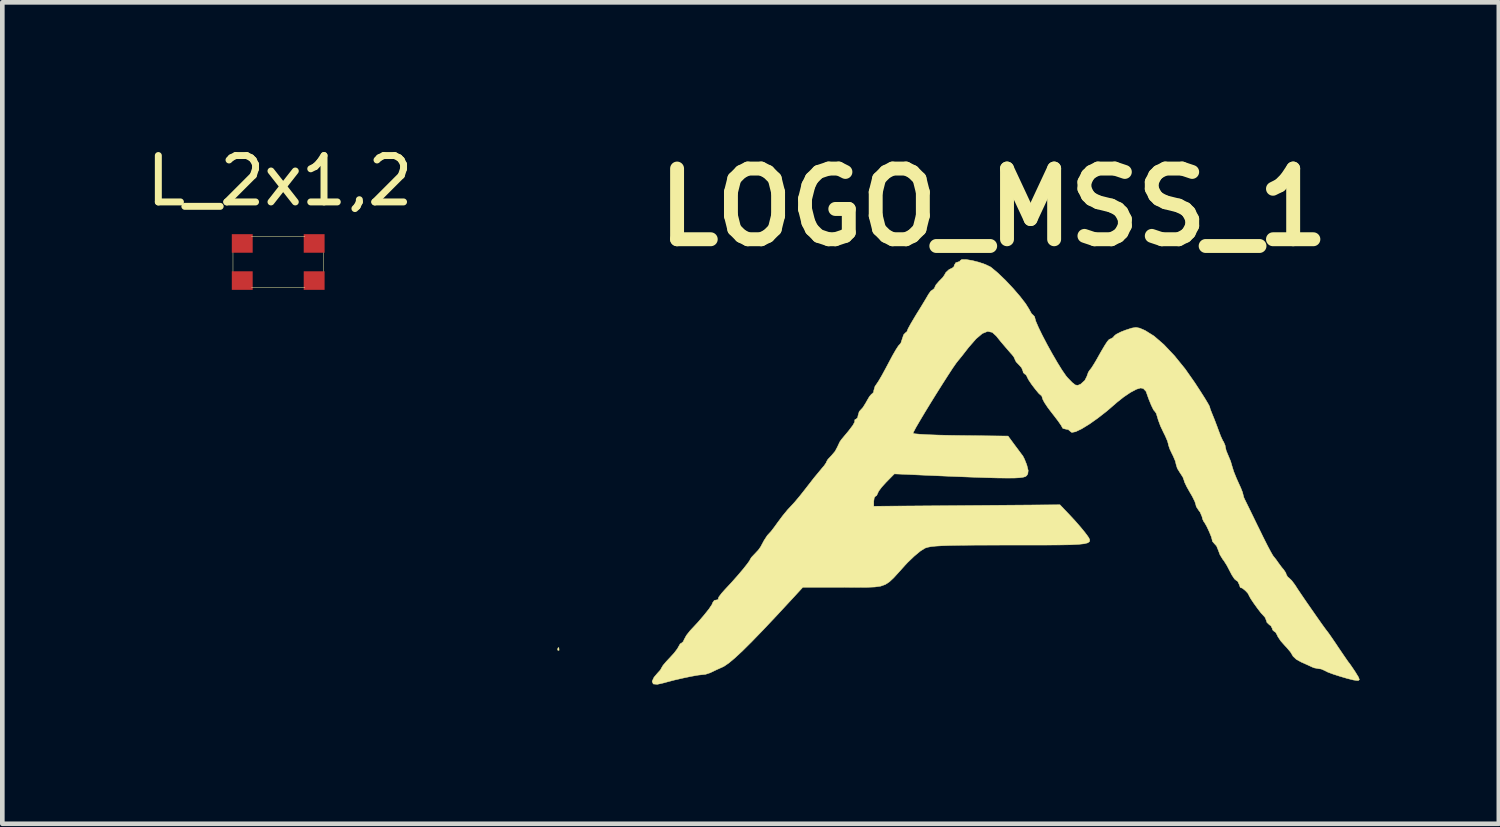
<source format=kicad_pcb>
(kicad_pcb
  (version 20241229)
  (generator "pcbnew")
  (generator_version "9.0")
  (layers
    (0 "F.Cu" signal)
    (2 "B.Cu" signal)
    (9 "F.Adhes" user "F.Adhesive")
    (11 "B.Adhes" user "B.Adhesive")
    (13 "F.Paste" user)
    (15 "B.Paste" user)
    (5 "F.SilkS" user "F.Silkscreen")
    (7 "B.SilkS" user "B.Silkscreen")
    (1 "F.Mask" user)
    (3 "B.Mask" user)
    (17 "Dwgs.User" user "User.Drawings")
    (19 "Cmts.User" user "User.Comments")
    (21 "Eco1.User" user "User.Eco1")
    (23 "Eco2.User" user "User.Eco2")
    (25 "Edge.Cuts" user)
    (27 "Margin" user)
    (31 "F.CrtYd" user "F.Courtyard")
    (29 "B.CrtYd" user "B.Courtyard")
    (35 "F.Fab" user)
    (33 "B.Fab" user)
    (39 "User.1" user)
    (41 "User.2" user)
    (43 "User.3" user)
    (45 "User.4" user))
  (footprint "LOGO_MSS_1"
    (layer "F.Cu")
    (at 18.367 8.403)
    (property "Reference" "LOGO_MSS_1" (at 0 -6.985 0) (layer "F.SilkS") (effects (font (size 1.524 1.524) (thickness 0.3))))
    (attr through_hole)
    (fp_poly (pts (xy -9.37 2.512) (xy -9.365 2.562) (xy -9.37 2.568) (xy -9.395 2.562) (xy -9.398 2.54) (xy -9.383 2.505) (xy -9.37 2.512)) (stroke (width 0.01) (type solid)) (fill yes) (layer "F.SilkS"))
    (fp_poly (pts (xy -0.59 -5.858) (xy -0.46 -5.837) (xy -0.315 -5.8) (xy -0.178 -5.753) (xy -0.069 -5.701) (xy -0.046 -5.685) (xy 0.096 -5.566) (xy 0.258 -5.41) (xy 0.422 -5.236) (xy 0.572 -5.062) (xy 0.693 -4.905) (xy 0.768 -4.785) (xy 0.772 -4.776) (xy 0.819 -4.692) (xy 0.857 -4.657) (xy 0.857 -4.657) (xy 0.887 -4.623) (xy 0.889 -4.607) (xy 0.91 -4.53) (xy 0.967 -4.398) (xy 1.05 -4.227) (xy 1.152 -4.032) (xy 1.263 -3.831) (xy 1.374 -3.64) (xy 1.476 -3.475) (xy 1.561 -3.352) (xy 1.597 -3.309) (xy 1.698 -3.205) (xy 1.764 -3.154) (xy 1.817 -3.147) (xy 1.878 -3.172) (xy 1.879 -3.173) (xy 1.968 -3.254) (xy 2.011 -3.339) (xy 2.043 -3.429) (xy 2.071 -3.471) (xy 2.109 -3.518) (xy 2.17 -3.614) (xy 2.211 -3.683) (xy 2.321 -3.878) (xy 2.399 -4.01) (xy 2.452 -4.091) (xy 2.489 -4.133) (xy 2.517 -4.148) (xy 2.525 -4.148) (xy 2.582 -4.182) (xy 2.594 -4.204) (xy 2.643 -4.246) (xy 2.748 -4.299) (xy 2.848 -4.338) (xy 2.981 -4.381) (xy 3.07 -4.395) (xy 3.149 -4.38) (xy 3.253 -4.335) (xy 3.269 -4.328) (xy 3.459 -4.209) (xy 3.672 -4.025) (xy 3.899 -3.785) (xy 4.129 -3.502) (xy 4.338 -3.204) (xy 4.454 -3.026) (xy 4.552 -2.872) (xy 4.621 -2.757) (xy 4.655 -2.695) (xy 4.657 -2.689) (xy 4.672 -2.633) (xy 4.71 -2.537) (xy 4.715 -2.525) (xy 4.764 -2.404) (xy 4.822 -2.251) (xy 4.848 -2.18) (xy 4.896 -2.053) (xy 4.94 -1.957) (xy 4.959 -1.928) (xy 4.992 -1.852) (xy 4.996 -1.822) (xy 5.015 -1.739) (xy 5.055 -1.643) (xy 5.11 -1.512) (xy 5.142 -1.402) (xy 5.177 -1.289) (xy 5.236 -1.143) (xy 5.273 -1.06) (xy 5.33 -0.935) (xy 5.368 -0.839) (xy 5.376 -0.804) (xy 5.394 -0.733) (xy 5.415 -0.687) (xy 5.446 -0.624) (xy 5.507 -0.5) (xy 5.589 -0.332) (xy 5.684 -0.136) (xy 5.72 -0.064) (xy 5.818 0.137) (xy 5.906 0.311) (xy 5.977 0.445) (xy 6.022 0.523) (xy 6.031 0.535) (xy 6.088 0.606) (xy 6.138 0.677) (xy 6.207 0.771) (xy 6.255 0.828) (xy 6.301 0.897) (xy 6.308 0.926) (xy 6.34 0.983) (xy 6.366 1.003) (xy 6.427 1.061) (xy 6.498 1.156) (xy 6.504 1.165) (xy 6.558 1.249) (xy 6.643 1.375) (xy 6.748 1.529) (xy 6.863 1.694) (xy 6.975 1.855) (xy 7.075 1.997) (xy 7.151 2.102) (xy 7.192 2.156) (xy 7.195 2.159) (xy 7.227 2.202) (xy 7.294 2.298) (xy 7.384 2.43) (xy 7.429 2.498) (xy 7.526 2.641) (xy 7.604 2.755) (xy 7.653 2.825) (xy 7.663 2.836) (xy 7.696 2.881) (xy 7.759 2.973) (xy 7.801 3.037) (xy 7.866 3.143) (xy 7.886 3.197) (xy 7.865 3.216) (xy 7.839 3.217) (xy 7.756 3.205) (xy 7.624 3.172) (xy 7.471 3.127) (xy 7.321 3.079) (xy 7.201 3.034) (xy 7.136 3.001) (xy 7.135 3) (xy 7.061 2.968) (xy 7.018 2.963) (xy 6.913 2.944) (xy 6.868 2.926) (xy 6.782 2.886) (xy 6.662 2.832) (xy 6.634 2.82) (xy 6.526 2.76) (xy 6.456 2.694) (xy 6.447 2.678) (xy 6.402 2.603) (xy 6.319 2.505) (xy 6.283 2.467) (xy 6.192 2.365) (xy 6.129 2.271) (xy 6.118 2.245) (xy 6.08 2.176) (xy 6.051 2.159) (xy 6.015 2.125) (xy 6.011 2.1) (xy 5.977 2.035) (xy 5.948 2.017) (xy 5.892 1.963) (xy 5.884 1.933) (xy 5.854 1.858) (xy 5.82 1.819) (xy 5.767 1.762) (xy 5.693 1.666) (xy 5.613 1.555) (xy 5.545 1.454) (xy 5.507 1.386) (xy 5.503 1.374) (xy 5.479 1.332) (xy 5.424 1.275) (xy 5.366 1.228) (xy 5.331 1.214) (xy 5.33 1.217) (xy 5.317 1.208) (xy 5.298 1.151) (xy 5.263 1.078) (xy 5.232 1.059) (xy 5.194 1.027) (xy 5.137 0.941) (xy 5.1 0.87) (xy 5.032 0.74) (xy 4.966 0.635) (xy 4.94 0.602) (xy 4.881 0.505) (xy 4.845 0.409) (xy 4.807 0.316) (xy 4.764 0.27) (xy 4.718 0.216) (xy 4.713 0.189) (xy 4.695 0.12) (xy 4.65 0.01) (xy 4.596 -0.105) (xy 4.546 -0.192) (xy 4.53 -0.212) (xy 4.505 -0.267) (xy 4.495 -0.313) (xy 4.453 -0.412) (xy 4.421 -0.454) (xy 4.37 -0.532) (xy 4.36 -0.574) (xy 4.339 -0.641) (xy 4.285 -0.751) (xy 4.233 -0.84) (xy 4.164 -0.962) (xy 4.118 -1.059) (xy 4.106 -1.099) (xy 4.082 -1.166) (xy 4.023 -1.257) (xy 4.022 -1.258) (xy 3.962 -1.355) (xy 3.937 -1.435) (xy 3.918 -1.514) (xy 3.87 -1.627) (xy 3.852 -1.662) (xy 3.799 -1.774) (xy 3.77 -1.861) (xy 3.768 -1.877) (xy 3.749 -1.946) (xy 3.701 -2.057) (xy 3.667 -2.125) (xy 3.6 -2.266) (xy 3.549 -2.403) (xy 3.536 -2.448) (xy 3.508 -2.54) (xy 3.48 -2.582) (xy 3.479 -2.582) (xy 3.448 -2.619) (xy 3.4 -2.717) (xy 3.344 -2.855) (xy 3.288 -3.013) (xy 3.287 -3.016) (xy 3.23 -3.076) (xy 3.173 -3.09) (xy 3.084 -3.064) (xy 2.953 -2.995) (xy 2.806 -2.896) (xy 2.662 -2.782) (xy 2.644 -2.766) (xy 2.444 -2.593) (xy 2.245 -2.438) (xy 2.059 -2.307) (xy 1.897 -2.208) (xy 1.769 -2.147) (xy 1.687 -2.131) (xy 1.661 -2.149) (xy 1.61 -2.193) (xy 1.563 -2.201) (xy 1.496 -2.217) (xy 1.482 -2.237) (xy 1.457 -2.284) (xy 1.391 -2.379) (xy 1.297 -2.502) (xy 1.27 -2.536) (xy 1.17 -2.667) (xy 1.096 -2.778) (xy 1.06 -2.848) (xy 1.058 -2.857) (xy 1.038 -2.919) (xy 1.026 -2.928) (xy 0.976 -2.972) (xy 0.902 -3.061) (xy 0.821 -3.167) (xy 0.755 -3.266) (xy 0.721 -3.332) (xy 0.72 -3.34) (xy 0.69 -3.385) (xy 0.677 -3.387) (xy 0.64 -3.421) (xy 0.635 -3.451) (xy 0.605 -3.525) (xy 0.55 -3.587) (xy 0.487 -3.653) (xy 0.466 -3.694) (xy 0.441 -3.752) (xy 0.413 -3.791) (xy 0.35 -3.863) (xy 0.265 -3.961) (xy 0.254 -3.974) (xy 0.156 -4.089) (xy 0.066 -4.201) (xy 0.064 -4.205) (xy -0.028 -4.289) (xy -0.127 -4.31) (xy -0.241 -4.264) (xy -0.377 -4.149) (xy -0.54 -3.962) (xy -0.592 -3.895) (xy -0.676 -3.787) (xy -0.739 -3.709) (xy -0.761 -3.683) (xy -0.805 -3.627) (xy -0.883 -3.515) (xy -0.985 -3.358) (xy -1.104 -3.172) (xy -1.233 -2.967) (xy -1.362 -2.759) (xy -1.484 -2.559) (xy -1.59 -2.381) (xy -1.673 -2.239) (xy -1.723 -2.144) (xy -1.736 -2.113) (xy -1.695 -2.102) (xy -1.582 -2.092) (xy -1.407 -2.082) (xy -1.181 -2.074) (xy -0.917 -2.068) (xy -0.711 -2.065) (xy 0.313 -2.053) (xy 0.453 -1.863) (xy 0.538 -1.749) (xy 0.604 -1.66) (xy 0.63 -1.627) (xy 0.665 -1.56) (xy 0.709 -1.451) (xy 0.718 -1.425) (xy 0.747 -1.309) (xy 0.738 -1.237) (xy 0.713 -1.199) (xy 0.687 -1.18) (xy 0.639 -1.166) (xy 0.563 -1.155) (xy 0.451 -1.149) (xy 0.296 -1.148) (xy 0.093 -1.15) (xy -0.165 -1.157) (xy -0.486 -1.168) (xy -0.875 -1.183) (xy -1.34 -1.203) (xy -1.524 -1.211) (xy -2.138 -1.238) (xy -2.318 -1.055) (xy -2.414 -0.949) (xy -2.479 -0.861) (xy -2.498 -0.817) (xy -2.523 -0.766) (xy -2.54 -0.762) (xy -2.571 -0.726) (xy -2.582 -0.651) (xy -2.582 -0.54) (xy 1.431 -0.572) (xy 1.636 -0.357) (xy 1.762 -0.221) (xy 1.882 -0.083) (xy 1.958 0.01) (xy 2.012 0.08) (xy 2.052 0.137) (xy 2.074 0.184) (xy 2.069 0.22) (xy 2.032 0.248) (xy 1.955 0.268) (xy 1.832 0.281) (xy 1.657 0.29) (xy 1.422 0.294) (xy 1.122 0.296) (xy 0.749 0.296) (xy 0.374 0.296) (xy -0.059 0.297) (xy -0.416 0.298) (xy -0.705 0.301) (xy -0.934 0.305) (xy -1.111 0.311) (xy -1.245 0.319) (xy -1.343 0.329) (xy -1.415 0.343) (xy -1.467 0.359) (xy -1.481 0.365) (xy -1.579 0.427) (xy -1.709 0.535) (xy -1.849 0.669) (xy -1.908 0.732) (xy -2.047 0.887) (xy -2.154 1.004) (xy -2.245 1.089) (xy -2.332 1.146) (xy -2.432 1.182) (xy -2.558 1.2) (xy -2.726 1.207) (xy -2.949 1.208) (xy -3.238 1.206) (xy -4.111 1.206) (xy -4.325 1.439) (xy -4.67 1.811) (xy -4.963 2.122) (xy -5.21 2.377) (xy -5.413 2.579) (xy -5.578 2.732) (xy -5.707 2.84) (xy -5.805 2.907) (xy -5.842 2.926) (xy -5.971 2.984) (xy -6.076 3.034) (xy -6.106 3.049) (xy -6.209 3.083) (xy -6.275 3.09) (xy -6.366 3.1) (xy -6.514 3.126) (xy -6.695 3.164) (xy -6.882 3.207) (xy -7.053 3.252) (xy -7.094 3.264) (xy -7.248 3.299) (xy -7.335 3.291) (xy -7.359 3.239) (xy -7.357 3.228) (xy -7.319 3.147) (xy -7.25 3.065) (xy -7.182 2.99) (xy -7.153 2.937) (xy -7.124 2.889) (xy -7.052 2.804) (xy -6.983 2.731) (xy -6.885 2.624) (xy -6.814 2.53) (xy -6.791 2.488) (xy -6.755 2.425) (xy -6.731 2.413) (xy -6.69 2.378) (xy -6.668 2.329) (xy -6.621 2.243) (xy -6.541 2.142) (xy -6.527 2.127) (xy -6.374 1.963) (xy -6.24 1.807) (xy -6.134 1.674) (xy -6.069 1.577) (xy -6.054 1.537) (xy -6.019 1.489) (xy -5.983 1.482) (xy -5.935 1.471) (xy -5.936 1.458) (xy -5.923 1.417) (xy -5.862 1.336) (xy -5.785 1.25) (xy -5.649 1.104) (xy -5.516 0.954) (xy -5.398 0.815) (xy -5.308 0.701) (xy -5.256 0.628) (xy -5.249 0.611) (xy -5.221 0.564) (xy -5.154 0.493) (xy -5.152 0.491) (xy -5.072 0.406) (xy -5.023 0.338) (xy -4.946 0.195) (xy -4.877 0.089) (xy -4.838 0.047) (xy -4.795 0.000494) (xy -4.723 -0.094) (xy -4.654 -0.19) (xy -4.549 -0.331) (xy -4.439 -0.465) (xy -4.38 -0.528) (xy -4.285 -0.631) (xy -4.169 -0.77) (xy -4.075 -0.889) (xy -3.872 -1.15) (xy -3.689 -1.371) (xy -3.651 -1.415) (xy -3.607 -1.48) (xy -3.598 -1.506) (xy -3.57 -1.552) (xy -3.502 -1.624) (xy -3.497 -1.629) (xy -3.415 -1.726) (xy -3.366 -1.818) (xy -3.315 -1.927) (xy -3.276 -1.983) (xy -3.127 -2.161) (xy -3.033 -2.285) (xy -2.992 -2.359) (xy -2.993 -2.386) (xy -2.987 -2.411) (xy -2.97 -2.413) (xy -2.93 -2.448) (xy -2.921 -2.496) (xy -2.896 -2.581) (xy -2.868 -2.612) (xy -2.816 -2.669) (xy -2.753 -2.77) (xy -2.734 -2.805) (xy -2.677 -2.903) (xy -2.629 -2.959) (xy -2.618 -2.963) (xy -2.587 -2.998) (xy -2.582 -3.034) (xy -2.556 -3.124) (xy -2.523 -3.172) (xy -2.48 -3.236) (xy -2.409 -3.357) (xy -2.323 -3.515) (xy -2.262 -3.63) (xy -2.176 -3.792) (xy -2.101 -3.921) (xy -2.048 -4.002) (xy -2.028 -4.022) (xy -1.998 -4.058) (xy -1.969 -4.146) (xy -1.968 -4.149) (xy -1.938 -4.238) (xy -1.902 -4.276) (xy -1.902 -4.276) (xy -1.864 -4.308) (xy -1.863 -4.316) (xy -1.842 -4.369) (xy -1.785 -4.473) (xy -1.703 -4.612) (xy -1.662 -4.68) (xy -1.564 -4.838) (xy -1.478 -4.98) (xy -1.418 -5.082) (xy -1.405 -5.105) (xy -1.352 -5.18) (xy -1.31 -5.207) (xy -1.272 -5.24) (xy -1.27 -5.255) (xy -1.241 -5.314) (xy -1.172 -5.394) (xy -1.164 -5.401) (xy -1.093 -5.474) (xy -1.059 -5.523) (xy -1.058 -5.526) (xy -1.027 -5.581) (xy -0.96 -5.642) (xy -0.895 -5.673) (xy -0.892 -5.673) (xy -0.852 -5.707) (xy -0.847 -5.736) (xy -0.813 -5.792) (xy -0.783 -5.8) (xy -0.727 -5.819) (xy -0.72 -5.835) (xy -0.684 -5.859) (xy -0.59 -5.858)) (stroke (width 0.01) (type solid)) (fill yes) (layer "F.SilkS")))
  (footprint "L_2x1,2"
    (placed yes)
    (layer "F.Cu")
    (at 2.172 2.198)
    (property "Reference" "L_2x1,2" (at 0.81 -1.35 0) (layer "F.SilkS") (effects (font (size 1 1) (thickness 0.15))))
    (attr through_hole)
    (fp_line (start -0.2 0.6) (end -0.2 0.2) (stroke (width 0.01) (type solid)) (layer "F.SilkS"))
    (fp_line (start 0.2 -0.15) (end 1.35 -0.15) (stroke (width 0.01) (type solid)) (layer "F.SilkS"))
    (fp_line (start 1.35 0.95) (end 0.2 0.95) (stroke (width 0.01) (type solid)) (layer "F.SilkS"))
    (fp_line (start 1.75 0.2) (end 1.75 0.6) (stroke (width 0.01) (type solid)) (layer "F.SilkS"))
    (pad "1" smd rect (at 0 0) (size 0.45 0.4) (layers "F.Cu" "F.Mask" "F.Paste"))
    (pad "2" smd rect (at 1.55 0) (size 0.45 0.4) (layers "F.Cu" "F.Mask" "F.Paste"))
    (pad "3" smd rect (at 1.55 0.8) (size 0.45 0.4) (layers "F.Cu" "F.Mask" "F.Paste"))
    (pad "4" smd rect (at 0 0.8) (size 0.45 0.4) (layers "F.Cu" "F.Mask" "F.Paste")))
  (gr_rect
    (start -3 -3)
    (end 29.259 14.707)
    (stroke (width 0.1) (type default))
    (fill no)
    (layer "Edge.Cuts")))
</source>
